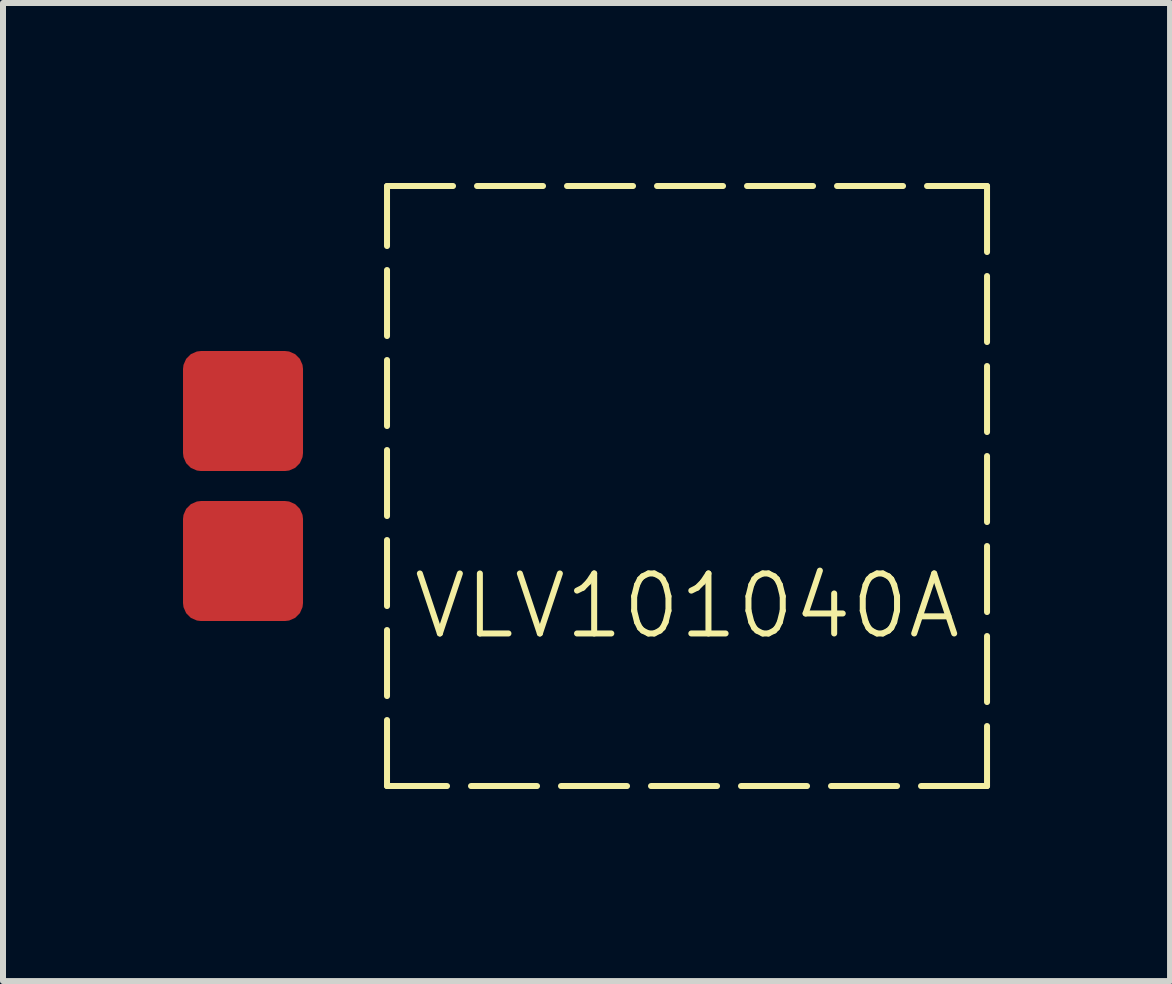
<source format=kicad_pcb>
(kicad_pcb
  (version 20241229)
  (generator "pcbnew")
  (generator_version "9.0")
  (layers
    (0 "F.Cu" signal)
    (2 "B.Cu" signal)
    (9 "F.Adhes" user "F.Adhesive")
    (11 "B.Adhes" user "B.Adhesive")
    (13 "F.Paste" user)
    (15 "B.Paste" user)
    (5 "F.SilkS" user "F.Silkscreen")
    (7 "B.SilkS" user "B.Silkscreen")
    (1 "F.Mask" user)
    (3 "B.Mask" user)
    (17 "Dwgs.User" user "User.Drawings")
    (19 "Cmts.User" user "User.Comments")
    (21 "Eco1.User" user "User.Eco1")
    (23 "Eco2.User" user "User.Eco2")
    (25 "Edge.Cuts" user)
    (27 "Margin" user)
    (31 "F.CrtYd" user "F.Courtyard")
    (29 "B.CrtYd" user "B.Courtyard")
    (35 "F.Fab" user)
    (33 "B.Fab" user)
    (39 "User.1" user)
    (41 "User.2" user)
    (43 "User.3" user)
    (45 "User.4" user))
  (footprint "VLV101040A"
    (layer "F.Cu")
    (at 3.4 10.05)
    (property "Reference" "VLV101040A" (at 5 -3 0) (unlocked yes) (layer "F.SilkS") (effects (font (size 1 1) (thickness 0.1))))
    (attr smd)
    (fp_rect (start 0 -10) (end 10 0) (stroke (width 0.1) (type dash)) (fill no) (layer "F.SilkS"))
    (pad "1" smd roundrect (at -2.4 -6.25) (size 2 2) (layers "F.Cu" "F.Mask" "F.Paste") (roundrect_rratio 0.15))
    (pad "2" smd roundrect (at -2.4 -3.75) (size 2 2) (layers "F.Cu" "F.Mask" "F.Paste") (roundrect_rratio 0.15))
    (zone (net_name "") (layer "F.Cu") (hatch edge 0.5) (connect_pads) (min_thickness 0.25) (filled_areas_thickness no) (keepout (tracks allowed) (vias allowed) (pads allowed) (copperpour allowed) (footprints not_allowed)) (placement (enabled no)) (fill) (polygon (pts (xy 3.4 0.05) (xy 13.4 0.05) (xy 13.4 10.05) (xy 3.4 10.05)))))
  (gr_rect
    (start -3 -3)
    (end 16.45 13.3)
    (stroke (width 0.1) (type default))
    (fill no)
    (layer "Edge.Cuts")))
</source>
